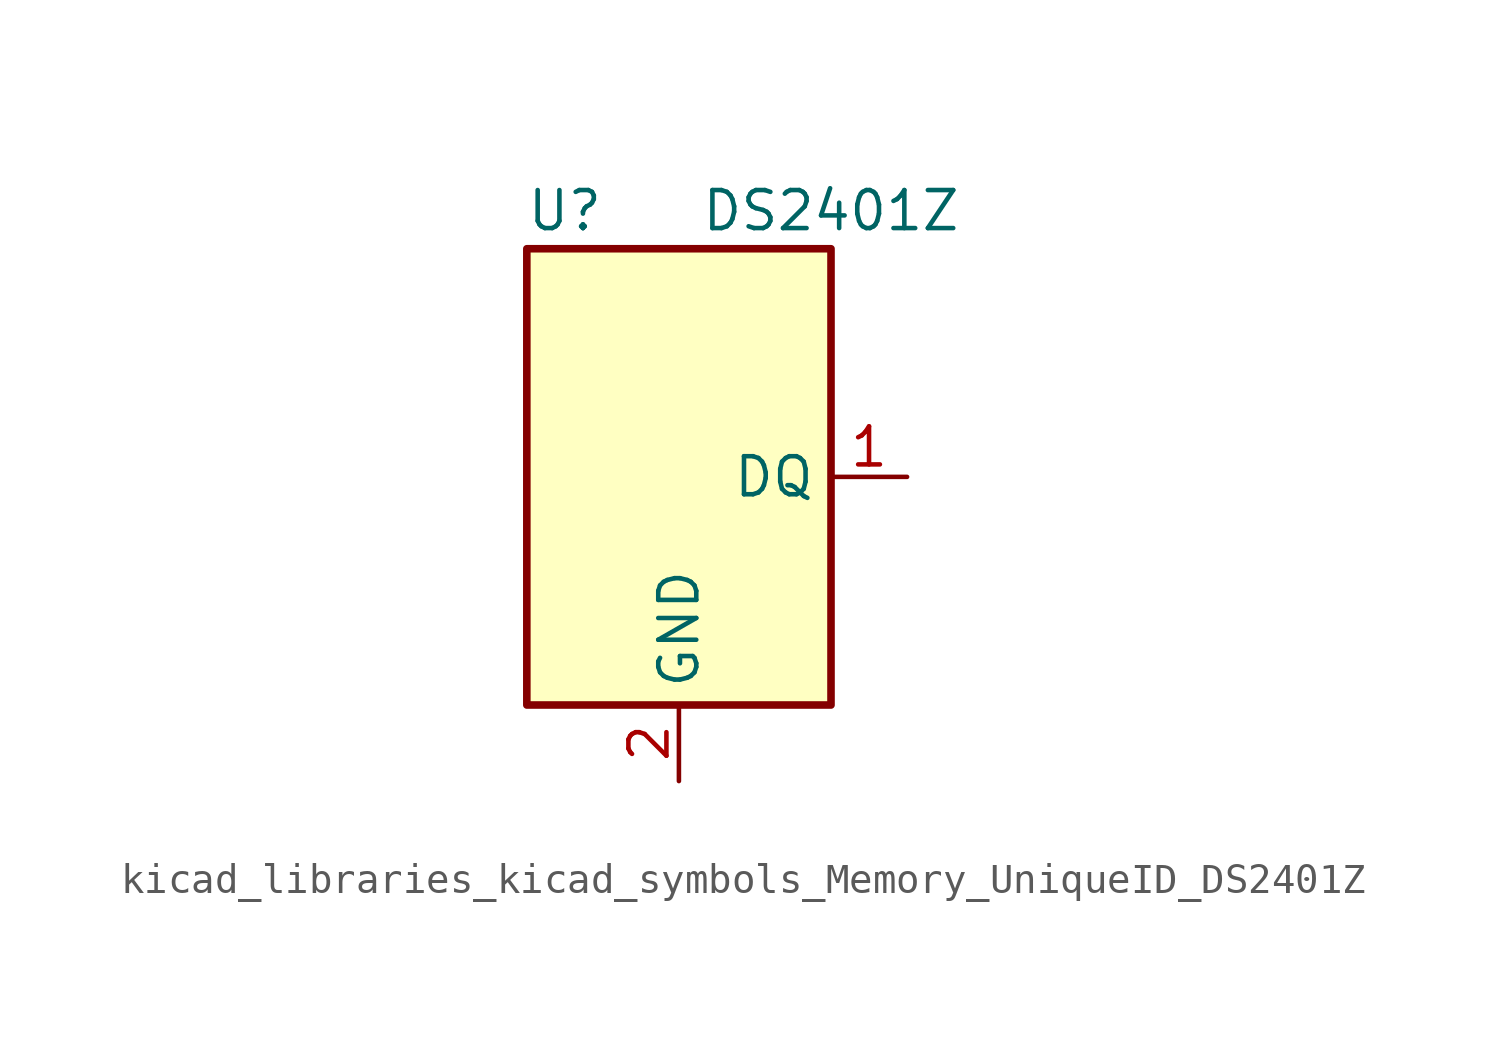
<source format=kicad_sym>
(kicad_symbol_lib
  (version 20220914)
  (generator kicad_symbol_editor)
  (symbol "kicad_libraries_kicad_symbols_Memory_UniqueID_DS2401Z"
    (property "Reference" "U"
      (at -3.81 8.89 0)
      (effects (font (size 1.27 1.27))))
    (property "Value" "DS2401Z"
      (at 5.08 8.89 0)
      (effects (font (size 1.27 1.27))))
    (symbol "kicad_libraries_kicad_symbols_Memory_UniqueID_DS2401Z_0_1"
      (rectangle (start 5.08 -7.62) (end -5.08 7.62) (stroke (width 0.254) (type default)) (fill (type background))))
    (symbol "kicad_libraries_kicad_symbols_Memory_UniqueID_DS2401Z_1_1"
      (pin bidirectional line (at 7.62 0 180) (length 2.54) (name "DQ" (effects (font (size 1.27 1.27)))) (number "1" (effects (font (size 1.27 1.27)))))
      (pin power_in line (at 0 -10.16 90) (length 2.54) (name "GND" (effects (font (size 1.27 1.27)))) (number "2" (effects (font (size 1.27 1.27)))))
      (pin no_connect line (at -5.08 0 0) (length 2.54) hide (name "NC" (effects (font (size 1.27 1.27)))) (number "3" (effects (font (size 1.27 1.27)))))
      (pin passive line (at 0 -10.16 90) (length 2.54) hide (name "GND" (effects (font (size 1.27 1.27)))) (number "4" (effects (font (size 1.27 1.27))))))))
</source>
